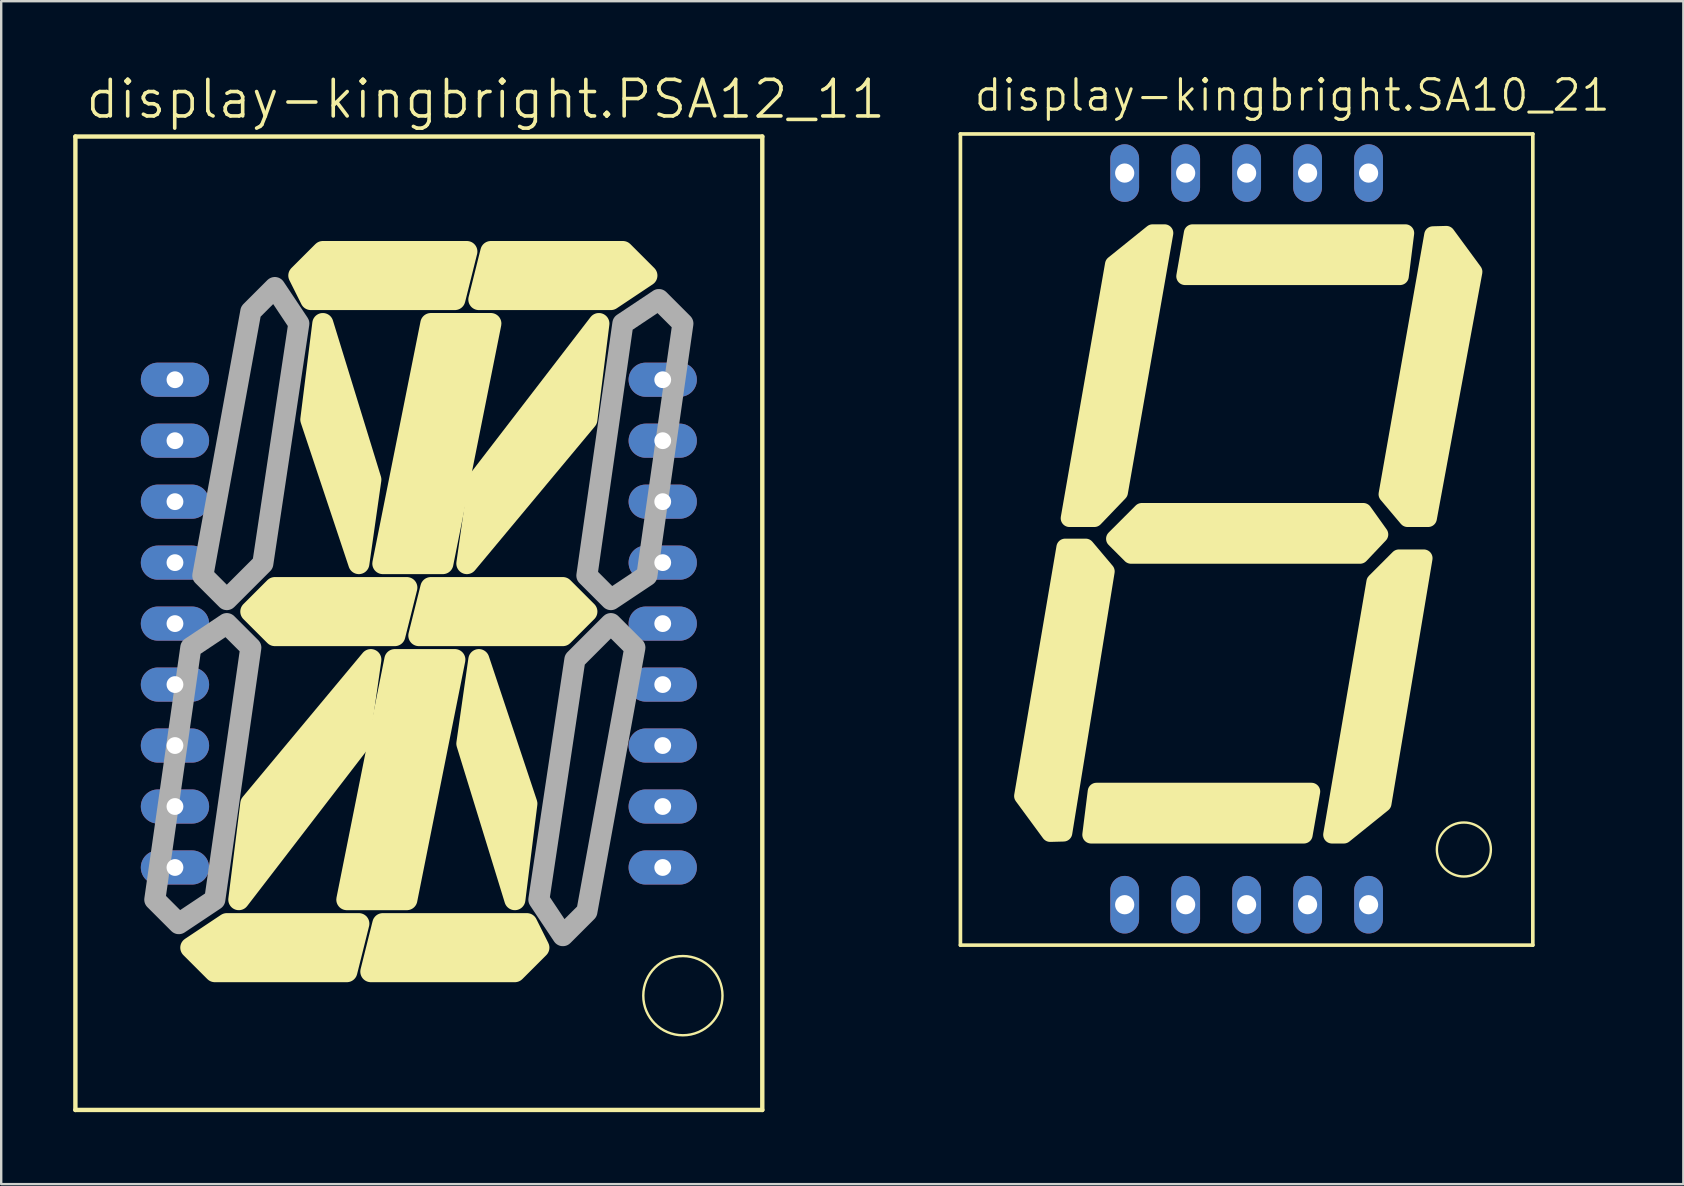
<source format=kicad_pcb>
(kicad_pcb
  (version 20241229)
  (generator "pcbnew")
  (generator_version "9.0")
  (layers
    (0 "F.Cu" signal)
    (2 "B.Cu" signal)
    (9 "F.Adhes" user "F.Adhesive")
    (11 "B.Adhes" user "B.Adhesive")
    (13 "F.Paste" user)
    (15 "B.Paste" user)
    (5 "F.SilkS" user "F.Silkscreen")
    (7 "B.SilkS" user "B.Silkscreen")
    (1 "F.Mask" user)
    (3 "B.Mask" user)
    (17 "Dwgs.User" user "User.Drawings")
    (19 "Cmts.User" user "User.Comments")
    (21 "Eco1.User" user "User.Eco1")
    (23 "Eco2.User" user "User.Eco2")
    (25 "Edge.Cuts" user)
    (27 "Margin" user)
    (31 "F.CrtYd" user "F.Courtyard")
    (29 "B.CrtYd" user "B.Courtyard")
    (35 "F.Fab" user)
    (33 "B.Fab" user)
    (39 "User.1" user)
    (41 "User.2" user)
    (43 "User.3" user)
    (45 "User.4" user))
  (footprint "display-kingbright.SA10_21"
    (layer "F.Cu")
    (at 48.884 19.44)
    (property "Reference" "display-kingbright.SA10_21" (at -11.43 -17.78 0) (layer "F.SilkS") (effects (font (size 1.27 1.27) (thickness 0.13)) (justify left bottom)))
    (attr through_hole)
    (fp_line (start -11.923 -16.909) (end -11.923 16.884) (stroke (width 0.152) (type default)) (layer "F.SilkS"))
    (fp_line (start -11.923 -16.909) (end 11.923 -16.909) (stroke (width 0.152) (type default)) (layer "F.SilkS"))
    (fp_line (start 11.923 16.884) (end -11.923 16.884) (stroke (width 0.152) (type default)) (layer "F.SilkS"))
    (fp_line (start 11.923 16.884) (end 11.923 -16.909) (stroke (width 0.152) (type default)) (layer "F.SilkS"))
    (fp_circle (center 9.05 12.9) (end 10.175 12.9) (stroke (width 0.1) (type default)) (fill no) (layer "F.SilkS"))
    (fp_poly (pts (xy -2.565 -10.98) (xy -2.25 -12.78) (xy 6.615 -12.78) (xy 6.39 -10.98)) (stroke (width 0.731) (type default)) (fill yes) (layer "F.SilkS"))
    (fp_poly (pts (xy 2.7 10.485) (xy 2.385 12.285) (xy -6.48 12.285) (xy -6.255 10.485)) (stroke (width 0.731) (type default)) (fill yes) (layer "F.SilkS"))
    (fp_poly (pts (xy -5.862 1.315) (xy -7.628 12.203) (xy -8.185 12.218) (xy -9.321 10.672) (xy -7.56 0.315) (xy -6.705 0.315)) (stroke (width 0.731) (type default)) (fill yes) (layer "F.SilkS"))
    (fp_poly (pts (xy -5.49 -0.045) (xy -4.365 -1.17) (xy 4.86 -1.17) (xy 5.535 -0.225) (xy 4.725 0.63) (xy -4.815 0.63)) (stroke (width 0.731) (type default)) (fill yes) (layer "F.SilkS"))
    (fp_poly (pts (xy -5.31 -1.98) (xy -3.42 -12.78) (xy -3.915 -12.78) (xy -5.535 -11.475) (xy -7.38 -0.9) (xy -6.345 -0.9)) (stroke (width 0.731) (type default)) (fill yes) (layer "F.SilkS"))
    (fp_poly (pts (xy 5.355 1.755) (xy 3.555 12.285) (xy 4.05 12.285) (xy 5.67 10.98) (xy 7.38 0.765) (xy 6.345 0.765)) (stroke (width 0.731) (type default)) (fill yes) (layer "F.SilkS"))
    (fp_poly (pts (xy 5.862 -1.9) (xy 7.763 -12.698) (xy 8.32 -12.713) (xy 9.456 -11.167) (xy 7.56 -0.9) (xy 6.705 -0.9)) (stroke (width 0.731) (type default)) (fill yes) (layer "F.SilkS"))
    (pad "1" thru_hole oval (at -5.08 15.2 90) (size 2.4 1.2) (drill 0.8) (layers "*.Cu" "*.Mask"))
    (pad "2" thru_hole oval (at -2.54 15.2 90) (size 2.4 1.2) (drill 0.8) (layers "*.Cu" "*.Mask"))
    (pad "3" thru_hole oval (at 0 15.2 90) (size 2.4 1.2) (drill 0.8) (layers "*.Cu" "*.Mask"))
    (pad "4" thru_hole oval (at 2.54 15.2 90) (size 2.4 1.2) (drill 0.8) (layers "*.Cu" "*.Mask"))
    (pad "5" thru_hole oval (at 5.08 15.2 90) (size 2.4 1.2) (drill 0.8) (layers "*.Cu" "*.Mask"))
    (pad "6" thru_hole oval (at 5.08 -15.28 90) (size 2.4 1.2) (drill 0.8) (layers "*.Cu" "*.Mask"))
    (pad "7" thru_hole oval (at 2.54 -15.28 90) (size 2.4 1.2) (drill 0.8) (layers "*.Cu" "*.Mask"))
    (pad "8" thru_hole oval (at 0 -15.28 90) (size 2.4 1.2) (drill 0.8) (layers "*.Cu" "*.Mask"))
    (pad "9" thru_hole oval (at -2.54 -15.28 90) (size 2.4 1.2) (drill 0.8) (layers "*.Cu" "*.Mask"))
    (pad "10" thru_hole oval (at -5.08 -15.28 90) (size 2.4 1.2) (drill 0.8) (layers "*.Cu" "*.Mask")))
  (footprint "display-kingbright.PSA12_11"
    (layer "F.Cu")
    (at 14.399 22.929)
    (property "Reference" "display-kingbright.PSA12_11" (at -13.97 -20.955 0) (layer "F.SilkS") (effects (font (size 1.524 1.524) (thickness 0.15)) (justify left bottom)))
    (attr through_hole)
    (fp_line (start -14.308 -20.291) (end -14.308 20.261) (stroke (width 0.183) (type default)) (layer "F.SilkS"))
    (fp_line (start -14.308 -20.291) (end 14.308 -20.291) (stroke (width 0.183) (type default)) (layer "F.SilkS"))
    (fp_line (start 14.308 20.261) (end -14.308 20.261) (stroke (width 0.183) (type default)) (layer "F.SilkS"))
    (fp_line (start 14.308 20.261) (end 14.308 -20.291) (stroke (width 0.183) (type default)) (layer "F.SilkS"))
    (fp_circle (center 11 15.5) (end 12.65 15.5) (stroke (width 0.1) (type default)) (fill no) (layer "F.SilkS"))
    (fp_poly (pts (xy -2 -6) (xy -4 -12.5) (xy -4.5 -8.5) (xy -2.5 -2.5)) (stroke (width 0.878) (type default)) (fill yes) (layer "F.SilkS"))
    (fp_poly (pts (xy -2 1.5) (xy -7 7.5) (xy -7.5 11.5) (xy -2.5 5)) (stroke (width 0.878) (type default)) (fill yes) (layer "F.SilkS"))
    (fp_poly (pts (xy -1 1.5) (xy -3 11.5) (xy -0.5 11.5) (xy 1.5 1.5)) (stroke (width 0.878) (type default)) (fill yes) (layer "F.SilkS"))
    (fp_poly (pts (xy 1 -2.5) (xy 3 -12.5) (xy 0.5 -12.5) (xy -1.5 -2.5)) (stroke (width 0.878) (type default)) (fill yes) (layer "F.SilkS"))
    (fp_poly (pts (xy 2 -2.5) (xy 7 -8.5) (xy 7.5 -12.5) (xy 2.5 -6)) (stroke (width 0.878) (type default)) (fill yes) (layer "F.SilkS"))
    (fp_poly (pts (xy 2 5) (xy 4 11.5) (xy 4.5 7.5) (xy 2.5 1.5)) (stroke (width 0.878) (type default)) (fill yes) (layer "F.SilkS"))
    (fp_poly (pts (xy -7 -0.5) (xy -6 -1.5) (xy -0.5 -1.5) (xy -1 0.5) (xy -6 0.5)) (stroke (width 0.878) (type default)) (fill yes) (layer "F.SilkS"))
    (fp_poly (pts (xy -4.5 -13.5) (xy -5 -14.5) (xy -4 -15.5) (xy 2 -15.5) (xy 1.5 -13.5)) (stroke (width 0.878) (type default)) (fill yes) (layer "F.SilkS"))
    (fp_poly (pts (xy -2.5 12.5) (xy -3 14.5) (xy -8.5 14.5) (xy -9.5 13.5) (xy -8 12.5)) (stroke (width 0.878) (type default)) (fill yes) (layer "F.SilkS"))
    (fp_poly (pts (xy 2.5 -13.5) (xy 3 -15.5) (xy 8.5 -15.5) (xy 9.5 -14.5) (xy 8 -13.5)) (stroke (width 0.878) (type default)) (fill yes) (layer "F.SilkS"))
    (fp_poly (pts (xy 4.5 12.5) (xy 5 13.5) (xy 4 14.5) (xy -2 14.5) (xy -1.5 12.5)) (stroke (width 0.878) (type default)) (fill yes) (layer "F.SilkS"))
    (fp_poly (pts (xy 7 -0.5) (xy 6 0.5) (xy 0 0.5) (xy 0.5 -1.5) (xy 6 -1.5)) (stroke (width 0.878) (type default)) (fill yes) (layer "F.SilkS"))
    (fp_poly (pts (xy -7 1) (xy -8.5 11.5) (xy -10 12.5) (xy -11 11.5) (xy -9.5 1) (xy -8 0)) (stroke (width 0.878) (type default)) (fill no) (layer "F.Fab"))
    (fp_poly (pts (xy -6.5 -2.5) (xy -5 -12.5) (xy -6 -14) (xy -7 -13) (xy -9 -2) (xy -8 -1)) (stroke (width 0.878) (type default)) (fill no) (layer "F.Fab"))
    (fp_poly (pts (xy 6.5 1.5) (xy 5 11.5) (xy 6 13) (xy 7 12) (xy 9 1) (xy 8 0)) (stroke (width 0.878) (type default)) (fill no) (layer "F.Fab"))
    (fp_poly (pts (xy 7 -2) (xy 8.5 -12.5) (xy 10 -13.5) (xy 11 -12.5) (xy 9.5 -2) (xy 8 -1)) (stroke (width 0.878) (type default)) (fill no) (layer "F.Fab"))
    (pad "1" thru_hole oval (at -10.16 -10.16) (size 2.845 1.422) (drill 0.7) (layers "*.Cu" "*.Mask"))
    (pad "2" thru_hole oval (at -10.16 -7.62) (size 2.845 1.422) (drill 0.7) (layers "*.Cu" "*.Mask"))
    (pad "3" thru_hole oval (at -10.16 -5.08) (size 2.845 1.422) (drill 0.7) (layers "*.Cu" "*.Mask"))
    (pad "4" thru_hole oval (at -10.16 -2.54) (size 2.845 1.422) (drill 0.7) (layers "*.Cu" "*.Mask"))
    (pad "5" thru_hole oval (at -10.16 0) (size 2.845 1.422) (drill 0.7) (layers "*.Cu" "*.Mask"))
    (pad "6" thru_hole oval (at -10.16 2.54) (size 2.845 1.422) (drill 0.7) (layers "*.Cu" "*.Mask"))
    (pad "7" thru_hole oval (at -10.16 5.08) (size 2.845 1.422) (drill 0.7) (layers "*.Cu" "*.Mask"))
    (pad "8" thru_hole oval (at -10.16 7.62) (size 2.845 1.422) (drill 0.7) (layers "*.Cu" "*.Mask"))
    (pad "9" thru_hole oval (at -10.16 10.16) (size 2.845 1.422) (drill 0.7) (layers "*.Cu" "*.Mask"))
    (pad "10" thru_hole oval (at 10.16 10.16) (size 2.845 1.422) (drill 0.7) (layers "*.Cu" "*.Mask"))
    (pad "11" thru_hole oval (at 10.16 7.62) (size 2.845 1.422) (drill 0.7) (layers "*.Cu" "*.Mask"))
    (pad "12" thru_hole oval (at 10.16 5.08) (size 2.845 1.422) (drill 0.7) (layers "*.Cu" "*.Mask"))
    (pad "13" thru_hole oval (at 10.16 2.54) (size 2.845 1.422) (drill 0.7) (layers "*.Cu" "*.Mask"))
    (pad "14" thru_hole oval (at 10.16 0) (size 2.845 1.422) (drill 0.7) (layers "*.Cu" "*.Mask"))
    (pad "15" thru_hole oval (at 10.16 -2.54) (size 2.845 1.422) (drill 0.7) (layers "*.Cu" "*.Mask"))
    (pad "16" thru_hole oval (at 10.16 -5.08) (size 2.845 1.422) (drill 0.7) (layers "*.Cu" "*.Mask"))
    (pad "17" thru_hole oval (at 10.16 -7.62) (size 2.845 1.422) (drill 0.7) (layers "*.Cu" "*.Mask"))
    (pad "18" thru_hole oval (at 10.16 -10.16) (size 2.845 1.422) (drill 0.7) (layers "*.Cu" "*.Mask")))
  (gr_rect
    (start -3 -3)
    (end 67.078 46.281)
    (stroke (width 0.1) (type default))
    (fill no)
    (layer "Edge.Cuts")))
</source>
